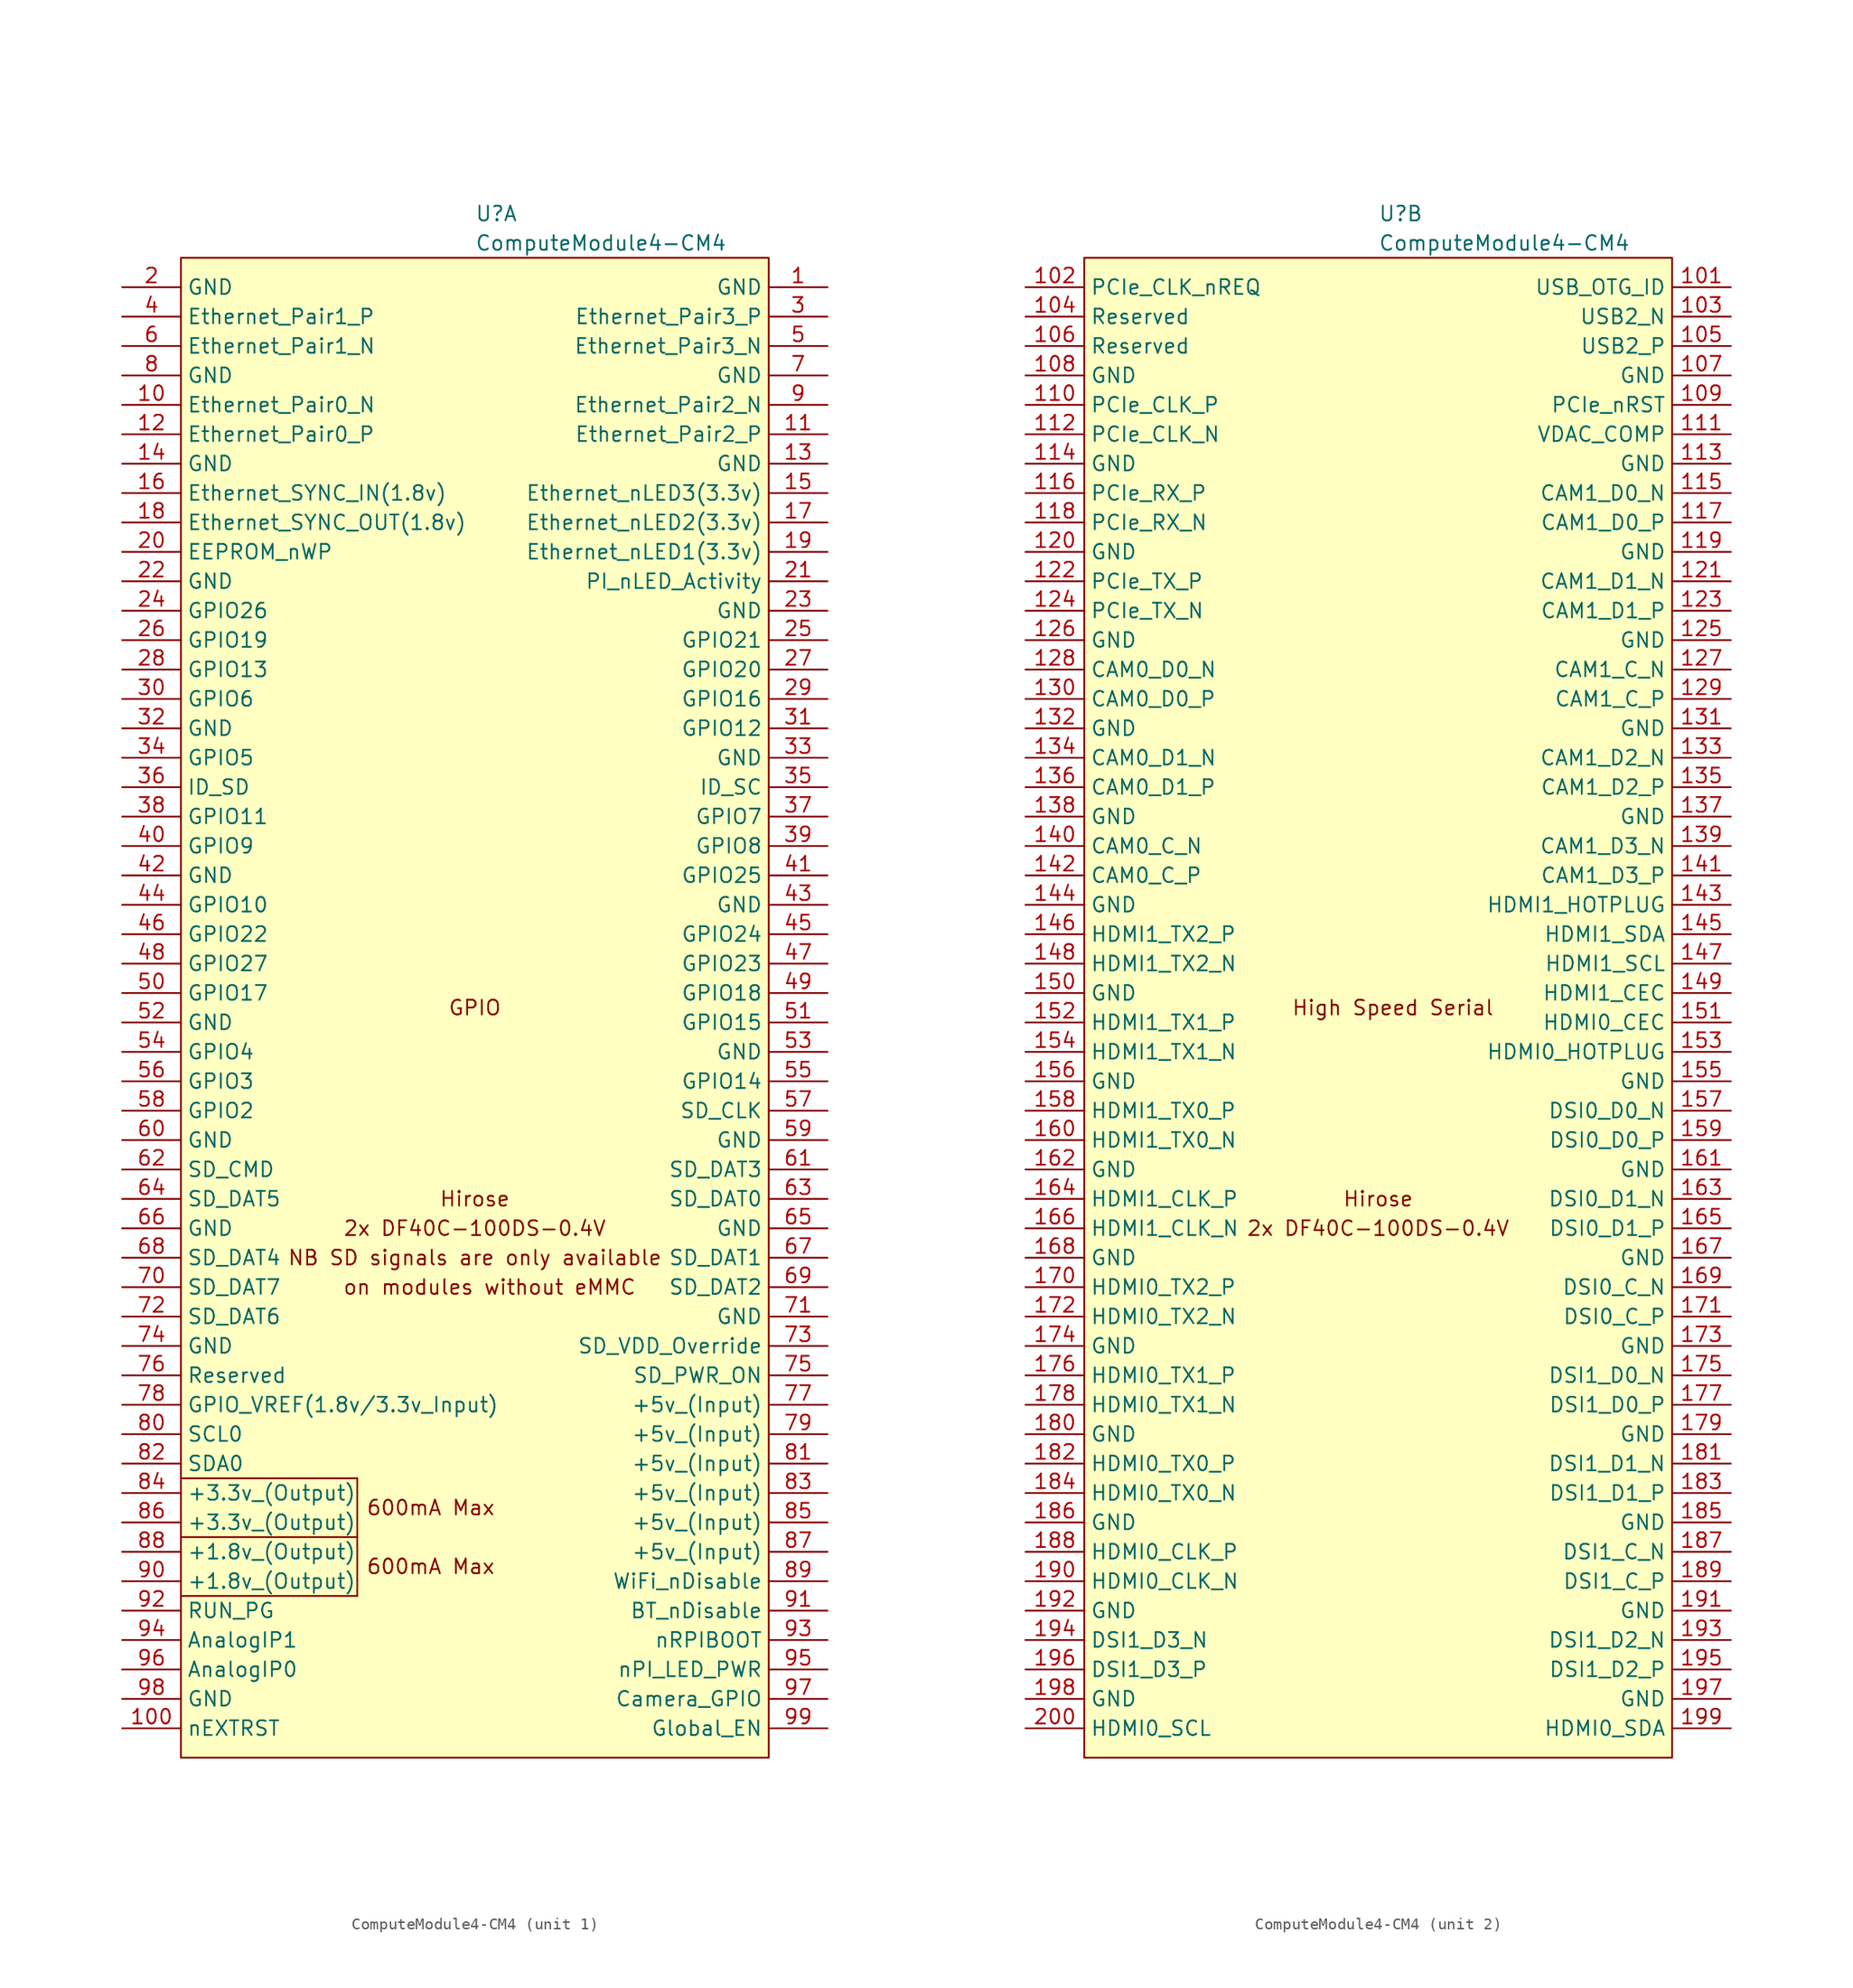
<source format=kicad_sym>
(kicad_symbol_lib
  (version 20220914)
  (generator kicad_symbol_editor)
  (symbol "ComputeModule4-CM4"
    (property "Reference" "U"
      (at 0 67.31 0)
      (effects (font (size 1.27 1.27)) (justify left)))
    (property "Value" "ComputeModule4-CM4"
      (at 0 64.77 0)
      (effects (font (size 1.27 1.27)) (justify left)))
    (symbol "ComputeModule4-CM4_0_0"
      (text "2x DF40C-100DS-0.4V" (at 0 -20.32 0) (effects (font (size 1.27 1.27)))))
    (symbol "ComputeModule4-CM4_0_1"
      (text "Hirose" (at 0 -17.78 0) (effects (font (size 1.27 1.27)))))
    (symbol "ComputeModule4-CM4_1_0"
      (text "GPIO" (at 0 -1.27 0) (effects (font (size 1.27 1.27)))))
    (symbol "ComputeModule4-CM4_1_1"
      (rectangle (start -25.4 63.5) (end 25.4 -66.04) (stroke (width 0) (type default)) (fill (type background)))
      (polyline (pts (xy -10.16 -52.07) (xy -25.4 -52.07)) (stroke (width 0) (type default)) (fill (type none)))
      (polyline (pts (xy -10.16 -46.99) (xy -25.4 -46.99)) (stroke (width 0) (type default)) (fill (type none)))
      (polyline (pts (xy -10.16 -46.99) (xy -10.16 -52.07)) (stroke (width 0) (type default)) (fill (type none)))
      (polyline (pts (xy -10.16 -41.91) (xy -25.4 -41.91)) (stroke (width 0) (type default)) (fill (type none)))
      (polyline (pts (xy -10.16 -41.91) (xy -10.16 -46.99)) (stroke (width 0) (type default)) (fill (type none)))
      (text "600mA Max" (at -3.81 -49.53 0) (effects (font (size 1.27 1.27))))
      (text "600mA Max" (at -3.81 -44.45 0) (effects (font (size 1.27 1.27))))
      (text "NB SD signals are only available" (at 0 -22.86 0) (effects (font (size 1.27 1.27))))
      (text "on modules without eMMC" (at 1.27 -25.4 0) (effects (font (size 1.27 1.27))))
      (pin power_in line (at 30.48 60.96 180) (length 5.08) (name "GND" (effects (font (size 1.27 1.27)))) (number "1" (effects (font (size 1.27 1.27)))))
      (pin passive line (at -30.48 50.8 0) (length 5.08) (name "Ethernet_Pair0_N" (effects (font (size 1.27 1.27)))) (number "10" (effects (font (size 1.27 1.27)))))
      (pin output line (at -30.48 -63.5 0) (length 5.08) (name "nEXTRST" (effects (font (size 1.27 1.27)))) (number "100" (effects (font (size 1.27 1.27)))))
      (pin passive line (at 30.48 48.26 180) (length 5.08) (name "Ethernet_Pair2_P" (effects (font (size 1.27 1.27)))) (number "11" (effects (font (size 1.27 1.27)))))
      (pin passive line (at -30.48 48.26 0) (length 5.08) (name "Ethernet_Pair0_P" (effects (font (size 1.27 1.27)))) (number "12" (effects (font (size 1.27 1.27)))))
      (pin power_in line (at 30.48 45.72 180) (length 5.08) (name "GND" (effects (font (size 1.27 1.27)))) (number "13" (effects (font (size 1.27 1.27)))))
      (pin power_in line (at -30.48 45.72 0) (length 5.08) (name "GND" (effects (font (size 1.27 1.27)))) (number "14" (effects (font (size 1.27 1.27)))))
      (pin output line (at 30.48 43.18 180) (length 5.08) (name "Ethernet_nLED3(3.3v)" (effects (font (size 1.27 1.27)))) (number "15" (effects (font (size 1.27 1.27)))))
      (pin input line (at -30.48 43.18 0) (length 5.08) (name "Ethernet_SYNC_IN(1.8v)" (effects (font (size 1.27 1.27)))) (number "16" (effects (font (size 1.27 1.27)))))
      (pin output line (at 30.48 40.64 180) (length 5.08) (name "Ethernet_nLED2(3.3v)" (effects (font (size 1.27 1.27)))) (number "17" (effects (font (size 1.27 1.27)))))
      (pin input line (at -30.48 40.64 0) (length 5.08) (name "Ethernet_SYNC_OUT(1.8v)" (effects (font (size 1.27 1.27)))) (number "18" (effects (font (size 1.27 1.27)))))
      (pin output line (at 30.48 38.1 180) (length 5.08) (name "Ethernet_nLED1(3.3v)" (effects (font (size 1.27 1.27)))) (number "19" (effects (font (size 1.27 1.27)))))
      (pin power_in line (at -30.48 60.96 0) (length 5.08) (name "GND" (effects (font (size 1.27 1.27)))) (number "2" (effects (font (size 1.27 1.27)))))
      (pin passive line (at -30.48 38.1 0) (length 5.08) (name "EEPROM_nWP" (effects (font (size 1.27 1.27)))) (number "20" (effects (font (size 1.27 1.27)))))
      (pin open_collector line (at 30.48 35.56 180) (length 5.08) (name "PI_nLED_Activity" (effects (font (size 1.27 1.27)))) (number "21" (effects (font (size 1.27 1.27)))))
      (pin power_in line (at -30.48 35.56 0) (length 5.08) (name "GND" (effects (font (size 1.27 1.27)))) (number "22" (effects (font (size 1.27 1.27)))))
      (pin power_in line (at 30.48 33.02 180) (length 5.08) (name "GND" (effects (font (size 1.27 1.27)))) (number "23" (effects (font (size 1.27 1.27)))))
      (pin passive line (at -30.48 33.02 0) (length 5.08) (name "GPIO26" (effects (font (size 1.27 1.27)))) (number "24" (effects (font (size 1.27 1.27)))))
      (pin passive line (at 30.48 30.48 180) (length 5.08) (name "GPIO21" (effects (font (size 1.27 1.27)))) (number "25" (effects (font (size 1.27 1.27)))))
      (pin passive line (at -30.48 30.48 0) (length 5.08) (name "GPIO19" (effects (font (size 1.27 1.27)))) (number "26" (effects (font (size 1.27 1.27)))))
      (pin passive line (at 30.48 27.94 180) (length 5.08) (name "GPIO20" (effects (font (size 1.27 1.27)))) (number "27" (effects (font (size 1.27 1.27)))))
      (pin passive line (at -30.48 27.94 0) (length 5.08) (name "GPIO13" (effects (font (size 1.27 1.27)))) (number "28" (effects (font (size 1.27 1.27)))))
      (pin passive line (at 30.48 25.4 180) (length 5.08) (name "GPIO16" (effects (font (size 1.27 1.27)))) (number "29" (effects (font (size 1.27 1.27)))))
      (pin passive line (at 30.48 58.42 180) (length 5.08) (name "Ethernet_Pair3_P" (effects (font (size 1.27 1.27)))) (number "3" (effects (font (size 1.27 1.27)))))
      (pin passive line (at -30.48 25.4 0) (length 5.08) (name "GPIO6" (effects (font (size 1.27 1.27)))) (number "30" (effects (font (size 1.27 1.27)))))
      (pin passive line (at 30.48 22.86 180) (length 5.08) (name "GPIO12" (effects (font (size 1.27 1.27)))) (number "31" (effects (font (size 1.27 1.27)))))
      (pin power_in line (at -30.48 22.86 0) (length 5.08) (name "GND" (effects (font (size 1.27 1.27)))) (number "32" (effects (font (size 1.27 1.27)))))
      (pin power_in line (at 30.48 20.32 180) (length 5.08) (name "GND" (effects (font (size 1.27 1.27)))) (number "33" (effects (font (size 1.27 1.27)))))
      (pin passive line (at -30.48 20.32 0) (length 5.08) (name "GPIO5" (effects (font (size 1.27 1.27)))) (number "34" (effects (font (size 1.27 1.27)))))
      (pin passive line (at 30.48 17.78 180) (length 5.08) (name "ID_SC" (effects (font (size 1.27 1.27)))) (number "35" (effects (font (size 1.27 1.27)))))
      (pin passive line (at -30.48 17.78 0) (length 5.08) (name "ID_SD" (effects (font (size 1.27 1.27)))) (number "36" (effects (font (size 1.27 1.27)))))
      (pin passive line (at 30.48 15.24 180) (length 5.08) (name "GPIO7" (effects (font (size 1.27 1.27)))) (number "37" (effects (font (size 1.27 1.27)))))
      (pin passive line (at -30.48 15.24 0) (length 5.08) (name "GPIO11" (effects (font (size 1.27 1.27)))) (number "38" (effects (font (size 1.27 1.27)))))
      (pin passive line (at 30.48 12.7 180) (length 5.08) (name "GPIO8" (effects (font (size 1.27 1.27)))) (number "39" (effects (font (size 1.27 1.27)))))
      (pin passive line (at -30.48 58.42 0) (length 5.08) (name "Ethernet_Pair1_P" (effects (font (size 1.27 1.27)))) (number "4" (effects (font (size 1.27 1.27)))))
      (pin passive line (at -30.48 12.7 0) (length 5.08) (name "GPIO9" (effects (font (size 1.27 1.27)))) (number "40" (effects (font (size 1.27 1.27)))))
      (pin passive line (at 30.48 10.16 180) (length 5.08) (name "GPIO25" (effects (font (size 1.27 1.27)))) (number "41" (effects (font (size 1.27 1.27)))))
      (pin power_in line (at -30.48 10.16 0) (length 5.08) (name "GND" (effects (font (size 1.27 1.27)))) (number "42" (effects (font (size 1.27 1.27)))))
      (pin power_in line (at 30.48 7.62 180) (length 5.08) (name "GND" (effects (font (size 1.27 1.27)))) (number "43" (effects (font (size 1.27 1.27)))))
      (pin passive line (at -30.48 7.62 0) (length 5.08) (name "GPIO10" (effects (font (size 1.27 1.27)))) (number "44" (effects (font (size 1.27 1.27)))))
      (pin passive line (at 30.48 5.08 180) (length 5.08) (name "GPIO24" (effects (font (size 1.27 1.27)))) (number "45" (effects (font (size 1.27 1.27)))))
      (pin passive line (at -30.48 5.08 0) (length 5.08) (name "GPIO22" (effects (font (size 1.27 1.27)))) (number "46" (effects (font (size 1.27 1.27)))))
      (pin passive line (at 30.48 2.54 180) (length 5.08) (name "GPIO23" (effects (font (size 1.27 1.27)))) (number "47" (effects (font (size 1.27 1.27)))))
      (pin passive line (at -30.48 2.54 0) (length 5.08) (name "GPIO27" (effects (font (size 1.27 1.27)))) (number "48" (effects (font (size 1.27 1.27)))))
      (pin passive line (at 30.48 0 180) (length 5.08) (name "GPIO18" (effects (font (size 1.27 1.27)))) (number "49" (effects (font (size 1.27 1.27)))))
      (pin passive line (at 30.48 55.88 180) (length 5.08) (name "Ethernet_Pair3_N" (effects (font (size 1.27 1.27)))) (number "5" (effects (font (size 1.27 1.27)))))
      (pin passive line (at -30.48 0 0) (length 5.08) (name "GPIO17" (effects (font (size 1.27 1.27)))) (number "50" (effects (font (size 1.27 1.27)))))
      (pin passive line (at 30.48 -2.54 180) (length 5.08) (name "GPIO15" (effects (font (size 1.27 1.27)))) (number "51" (effects (font (size 1.27 1.27)))))
      (pin power_in line (at -30.48 -2.54 0) (length 5.08) (name "GND" (effects (font (size 1.27 1.27)))) (number "52" (effects (font (size 1.27 1.27)))))
      (pin power_in line (at 30.48 -5.08 180) (length 5.08) (name "GND" (effects (font (size 1.27 1.27)))) (number "53" (effects (font (size 1.27 1.27)))))
      (pin passive line (at -30.48 -5.08 0) (length 5.08) (name "GPIO4" (effects (font (size 1.27 1.27)))) (number "54" (effects (font (size 1.27 1.27)))))
      (pin passive line (at 30.48 -7.62 180) (length 5.08) (name "GPIO14" (effects (font (size 1.27 1.27)))) (number "55" (effects (font (size 1.27 1.27)))))
      (pin passive line (at -30.48 -7.62 0) (length 5.08) (name "GPIO3" (effects (font (size 1.27 1.27)))) (number "56" (effects (font (size 1.27 1.27)))))
      (pin passive line (at 30.48 -10.16 180) (length 5.08) (name "SD_CLK" (effects (font (size 1.27 1.27)))) (number "57" (effects (font (size 1.27 1.27)))))
      (pin passive line (at -30.48 -10.16 0) (length 5.08) (name "GPIO2" (effects (font (size 1.27 1.27)))) (number "58" (effects (font (size 1.27 1.27)))))
      (pin power_in line (at 30.48 -12.7 180) (length 5.08) (name "GND" (effects (font (size 1.27 1.27)))) (number "59" (effects (font (size 1.27 1.27)))))
      (pin passive line (at -30.48 55.88 0) (length 5.08) (name "Ethernet_Pair1_N" (effects (font (size 1.27 1.27)))) (number "6" (effects (font (size 1.27 1.27)))))
      (pin power_in line (at -30.48 -12.7 0) (length 5.08) (name "GND" (effects (font (size 1.27 1.27)))) (number "60" (effects (font (size 1.27 1.27)))))
      (pin passive line (at 30.48 -15.24 180) (length 5.08) (name "SD_DAT3" (effects (font (size 1.27 1.27)))) (number "61" (effects (font (size 1.27 1.27)))))
      (pin passive line (at -30.48 -15.24 0) (length 5.08) (name "SD_CMD" (effects (font (size 1.27 1.27)))) (number "62" (effects (font (size 1.27 1.27)))))
      (pin passive line (at 30.48 -17.78 180) (length 5.08) (name "SD_DAT0" (effects (font (size 1.27 1.27)))) (number "63" (effects (font (size 1.27 1.27)))))
      (pin passive line (at -30.48 -17.78 0) (length 5.08) (name "SD_DAT5" (effects (font (size 1.27 1.27)))) (number "64" (effects (font (size 1.27 1.27)))))
      (pin power_in line (at 30.48 -20.32 180) (length 5.08) (name "GND" (effects (font (size 1.27 1.27)))) (number "65" (effects (font (size 1.27 1.27)))))
      (pin power_in line (at -30.48 -20.32 0) (length 5.08) (name "GND" (effects (font (size 1.27 1.27)))) (number "66" (effects (font (size 1.27 1.27)))))
      (pin passive line (at 30.48 -22.86 180) (length 5.08) (name "SD_DAT1" (effects (font (size 1.27 1.27)))) (number "67" (effects (font (size 1.27 1.27)))))
      (pin passive line (at -30.48 -22.86 0) (length 5.08) (name "SD_DAT4" (effects (font (size 1.27 1.27)))) (number "68" (effects (font (size 1.27 1.27)))))
      (pin passive line (at 30.48 -25.4 180) (length 5.08) (name "SD_DAT2" (effects (font (size 1.27 1.27)))) (number "69" (effects (font (size 1.27 1.27)))))
      (pin power_in line (at 30.48 53.34 180) (length 5.08) (name "GND" (effects (font (size 1.27 1.27)))) (number "7" (effects (font (size 1.27 1.27)))))
      (pin passive line (at -30.48 -25.4 0) (length 5.08) (name "SD_DAT7" (effects (font (size 1.27 1.27)))) (number "70" (effects (font (size 1.27 1.27)))))
      (pin power_in line (at 30.48 -27.94 180) (length 5.08) (name "GND" (effects (font (size 1.27 1.27)))) (number "71" (effects (font (size 1.27 1.27)))))
      (pin passive line (at -30.48 -27.94 0) (length 5.08) (name "SD_DAT6" (effects (font (size 1.27 1.27)))) (number "72" (effects (font (size 1.27 1.27)))))
      (pin input line (at 30.48 -30.48 180) (length 5.08) (name "SD_VDD_Override" (effects (font (size 1.27 1.27)))) (number "73" (effects (font (size 1.27 1.27)))))
      (pin power_in line (at -30.48 -30.48 0) (length 5.08) (name "GND" (effects (font (size 1.27 1.27)))) (number "74" (effects (font (size 1.27 1.27)))))
      (pin output line (at 30.48 -33.02 180) (length 5.08) (name "SD_PWR_ON" (effects (font (size 1.27 1.27)))) (number "75" (effects (font (size 1.27 1.27)))))
      (pin passive line (at -30.48 -33.02 0) (length 5.08) (name "Reserved" (effects (font (size 1.27 1.27)))) (number "76" (effects (font (size 1.27 1.27)))))
      (pin power_in line (at 30.48 -35.56 180) (length 5.08) (name "+5v_(Input)" (effects (font (size 1.27 1.27)))) (number "77" (effects (font (size 1.27 1.27)))))
      (pin power_in line (at -30.48 -35.56 0) (length 5.08) (name "GPIO_VREF(1.8v/3.3v_Input)" (effects (font (size 1.27 1.27)))) (number "78" (effects (font (size 1.27 1.27)))))
      (pin power_in line (at 30.48 -38.1 180) (length 5.08) (name "+5v_(Input)" (effects (font (size 1.27 1.27)))) (number "79" (effects (font (size 1.27 1.27)))))
      (pin power_in line (at -30.48 53.34 0) (length 5.08) (name "GND" (effects (font (size 1.27 1.27)))) (number "8" (effects (font (size 1.27 1.27)))))
      (pin passive line (at -30.48 -38.1 0) (length 5.08) (name "SCL0" (effects (font (size 1.27 1.27)))) (number "80" (effects (font (size 1.27 1.27)))))
      (pin power_in line (at 30.48 -40.64 180) (length 5.08) (name "+5v_(Input)" (effects (font (size 1.27 1.27)))) (number "81" (effects (font (size 1.27 1.27)))))
      (pin passive line (at -30.48 -40.64 0) (length 5.08) (name "SDA0" (effects (font (size 1.27 1.27)))) (number "82" (effects (font (size 1.27 1.27)))))
      (pin power_in line (at 30.48 -43.18 180) (length 5.08) (name "+5v_(Input)" (effects (font (size 1.27 1.27)))) (number "83" (effects (font (size 1.27 1.27)))))
      (pin power_out line (at -30.48 -43.18 0) (length 5.08) (name "+3.3v_(Output)" (effects (font (size 1.27 1.27)))) (number "84" (effects (font (size 1.27 1.27)))))
      (pin power_in line (at 30.48 -45.72 180) (length 5.08) (name "+5v_(Input)" (effects (font (size 1.27 1.27)))) (number "85" (effects (font (size 1.27 1.27)))))
      (pin power_out line (at -30.48 -45.72 0) (length 5.08) (name "+3.3v_(Output)" (effects (font (size 1.27 1.27)))) (number "86" (effects (font (size 1.27 1.27)))))
      (pin power_in line (at 30.48 -48.26 180) (length 5.08) (name "+5v_(Input)" (effects (font (size 1.27 1.27)))) (number "87" (effects (font (size 1.27 1.27)))))
      (pin power_out line (at -30.48 -48.26 0) (length 5.08) (name "+1.8v_(Output)" (effects (font (size 1.27 1.27)))) (number "88" (effects (font (size 1.27 1.27)))))
      (pin power_in line (at 30.48 -50.8 180) (length 5.08) (name "WiFi_nDisable" (effects (font (size 1.27 1.27)))) (number "89" (effects (font (size 1.27 1.27)))))
      (pin passive line (at 30.48 50.8 180) (length 5.08) (name "Ethernet_Pair2_N" (effects (font (size 1.27 1.27)))) (number "9" (effects (font (size 1.27 1.27)))))
      (pin power_out line (at -30.48 -50.8 0) (length 5.08) (name "+1.8v_(Output)" (effects (font (size 1.27 1.27)))) (number "90" (effects (font (size 1.27 1.27)))))
      (pin power_in line (at 30.48 -53.34 180) (length 5.08) (name "BT_nDisable" (effects (font (size 1.27 1.27)))) (number "91" (effects (font (size 1.27 1.27)))))
      (pin passive line (at -30.48 -53.34 0) (length 5.08) (name "RUN_PG" (effects (font (size 1.27 1.27)))) (number "92" (effects (font (size 1.27 1.27)))))
      (pin input line (at 30.48 -55.88 180) (length 5.08) (name "nRPIBOOT" (effects (font (size 1.27 1.27)))) (number "93" (effects (font (size 1.27 1.27)))))
      (pin passive line (at -30.48 -55.88 0) (length 5.08) (name "AnalogIP1" (effects (font (size 1.27 1.27)))) (number "94" (effects (font (size 1.27 1.27)))))
      (pin output line (at 30.48 -58.42 180) (length 5.08) (name "nPI_LED_PWR" (effects (font (size 1.27 1.27)))) (number "95" (effects (font (size 1.27 1.27)))))
      (pin passive line (at -30.48 -58.42 0) (length 5.08) (name "AnalogIP0" (effects (font (size 1.27 1.27)))) (number "96" (effects (font (size 1.27 1.27)))))
      (pin passive line (at 30.48 -60.96 180) (length 5.08) (name "Camera_GPIO" (effects (font (size 1.27 1.27)))) (number "97" (effects (font (size 1.27 1.27)))))
      (pin power_in line (at -30.48 -60.96 0) (length 5.08) (name "GND" (effects (font (size 1.27 1.27)))) (number "98" (effects (font (size 1.27 1.27)))))
      (pin input line (at 30.48 -63.5 180) (length 5.08) (name "Global_EN" (effects (font (size 1.27 1.27)))) (number "99" (effects (font (size 1.27 1.27))))))
    (symbol "ComputeModule4-CM4_2_1"
      (rectangle (start -25.4 63.5) (end 25.4 -66.04) (stroke (width 0) (type default)) (fill (type background)))
      (text "High Speed Serial" (at 1.27 -1.27 0) (effects (font (size 1.27 1.27))))
      (pin input line (at 30.48 60.96 180) (length 5.08) (name "USB_OTG_ID" (effects (font (size 1.27 1.27)))) (number "101" (effects (font (size 1.27 1.27)))))
      (pin input line (at -30.48 60.96 0) (length 5.08) (name "PCIe_CLK_nREQ" (effects (font (size 1.27 1.27)))) (number "102" (effects (font (size 1.27 1.27)))))
      (pin passive line (at 30.48 58.42 180) (length 5.08) (name "USB2_N" (effects (font (size 1.27 1.27)))) (number "103" (effects (font (size 1.27 1.27)))))
      (pin passive line (at -30.48 58.42 0) (length 5.08) (name "Reserved" (effects (font (size 1.27 1.27)))) (number "104" (effects (font (size 1.27 1.27)))))
      (pin passive line (at 30.48 55.88 180) (length 5.08) (name "USB2_P" (effects (font (size 1.27 1.27)))) (number "105" (effects (font (size 1.27 1.27)))))
      (pin passive line (at -30.48 55.88 0) (length 5.08) (name "Reserved" (effects (font (size 1.27 1.27)))) (number "106" (effects (font (size 1.27 1.27)))))
      (pin power_in line (at 30.48 53.34 180) (length 5.08) (name "GND" (effects (font (size 1.27 1.27)))) (number "107" (effects (font (size 1.27 1.27)))))
      (pin power_in line (at -30.48 53.34 0) (length 5.08) (name "GND" (effects (font (size 1.27 1.27)))) (number "108" (effects (font (size 1.27 1.27)))))
      (pin bidirectional line (at 30.48 50.8 180) (length 5.08) (name "PCIe_nRST" (effects (font (size 1.27 1.27)))) (number "109" (effects (font (size 1.27 1.27)))))
      (pin output line (at -30.48 50.8 0) (length 5.08) (name "PCIe_CLK_P" (effects (font (size 1.27 1.27)))) (number "110" (effects (font (size 1.27 1.27)))))
      (pin passive line (at 30.48 48.26 180) (length 5.08) (name "VDAC_COMP" (effects (font (size 1.27 1.27)))) (number "111" (effects (font (size 1.27 1.27)))))
      (pin output line (at -30.48 48.26 0) (length 5.08) (name "PCIe_CLK_N" (effects (font (size 1.27 1.27)))) (number "112" (effects (font (size 1.27 1.27)))))
      (pin power_in line (at 30.48 45.72 180) (length 5.08) (name "GND" (effects (font (size 1.27 1.27)))) (number "113" (effects (font (size 1.27 1.27)))))
      (pin power_in line (at -30.48 45.72 0) (length 5.08) (name "GND" (effects (font (size 1.27 1.27)))) (number "114" (effects (font (size 1.27 1.27)))))
      (pin input line (at 30.48 43.18 180) (length 5.08) (name "CAM1_D0_N" (effects (font (size 1.27 1.27)))) (number "115" (effects (font (size 1.27 1.27)))))
      (pin input line (at -30.48 43.18 0) (length 5.08) (name "PCIe_RX_P" (effects (font (size 1.27 1.27)))) (number "116" (effects (font (size 1.27 1.27)))))
      (pin input line (at 30.48 40.64 180) (length 5.08) (name "CAM1_D0_P" (effects (font (size 1.27 1.27)))) (number "117" (effects (font (size 1.27 1.27)))))
      (pin input line (at -30.48 40.64 0) (length 5.08) (name "PCIe_RX_N" (effects (font (size 1.27 1.27)))) (number "118" (effects (font (size 1.27 1.27)))))
      (pin power_in line (at 30.48 38.1 180) (length 5.08) (name "GND" (effects (font (size 1.27 1.27)))) (number "119" (effects (font (size 1.27 1.27)))))
      (pin power_in line (at -30.48 38.1 0) (length 5.08) (name "GND" (effects (font (size 1.27 1.27)))) (number "120" (effects (font (size 1.27 1.27)))))
      (pin input line (at 30.48 35.56 180) (length 5.08) (name "CAM1_D1_N" (effects (font (size 1.27 1.27)))) (number "121" (effects (font (size 1.27 1.27)))))
      (pin output line (at -30.48 35.56 0) (length 5.08) (name "PCIe_TX_P" (effects (font (size 1.27 1.27)))) (number "122" (effects (font (size 1.27 1.27)))))
      (pin input line (at 30.48 33.02 180) (length 5.08) (name "CAM1_D1_P" (effects (font (size 1.27 1.27)))) (number "123" (effects (font (size 1.27 1.27)))))
      (pin output line (at -30.48 33.02 0) (length 5.08) (name "PCIe_TX_N" (effects (font (size 1.27 1.27)))) (number "124" (effects (font (size 1.27 1.27)))))
      (pin power_in line (at 30.48 30.48 180) (length 5.08) (name "GND" (effects (font (size 1.27 1.27)))) (number "125" (effects (font (size 1.27 1.27)))))
      (pin power_in line (at -30.48 30.48 0) (length 5.08) (name "GND" (effects (font (size 1.27 1.27)))) (number "126" (effects (font (size 1.27 1.27)))))
      (pin input line (at 30.48 27.94 180) (length 5.08) (name "CAM1_C_N" (effects (font (size 1.27 1.27)))) (number "127" (effects (font (size 1.27 1.27)))))
      (pin input line (at -30.48 27.94 0) (length 5.08) (name "CAM0_D0_N" (effects (font (size 1.27 1.27)))) (number "128" (effects (font (size 1.27 1.27)))))
      (pin input line (at 30.48 25.4 180) (length 5.08) (name "CAM1_C_P" (effects (font (size 1.27 1.27)))) (number "129" (effects (font (size 1.27 1.27)))))
      (pin input line (at -30.48 25.4 0) (length 5.08) (name "CAM0_D0_P" (effects (font (size 1.27 1.27)))) (number "130" (effects (font (size 1.27 1.27)))))
      (pin power_in line (at 30.48 22.86 180) (length 5.08) (name "GND" (effects (font (size 1.27 1.27)))) (number "131" (effects (font (size 1.27 1.27)))))
      (pin power_in line (at -30.48 22.86 0) (length 5.08) (name "GND" (effects (font (size 1.27 1.27)))) (number "132" (effects (font (size 1.27 1.27)))))
      (pin input line (at 30.48 20.32 180) (length 5.08) (name "CAM1_D2_N" (effects (font (size 1.27 1.27)))) (number "133" (effects (font (size 1.27 1.27)))))
      (pin input line (at -30.48 20.32 0) (length 5.08) (name "CAM0_D1_N" (effects (font (size 1.27 1.27)))) (number "134" (effects (font (size 1.27 1.27)))))
      (pin input line (at 30.48 17.78 180) (length 5.08) (name "CAM1_D2_P" (effects (font (size 1.27 1.27)))) (number "135" (effects (font (size 1.27 1.27)))))
      (pin input line (at -30.48 17.78 0) (length 5.08) (name "CAM0_D1_P" (effects (font (size 1.27 1.27)))) (number "136" (effects (font (size 1.27 1.27)))))
      (pin power_in line (at 30.48 15.24 180) (length 5.08) (name "GND" (effects (font (size 1.27 1.27)))) (number "137" (effects (font (size 1.27 1.27)))))
      (pin power_in line (at -30.48 15.24 0) (length 5.08) (name "GND" (effects (font (size 1.27 1.27)))) (number "138" (effects (font (size 1.27 1.27)))))
      (pin input line (at 30.48 12.7 180) (length 5.08) (name "CAM1_D3_N" (effects (font (size 1.27 1.27)))) (number "139" (effects (font (size 1.27 1.27)))))
      (pin input line (at -30.48 12.7 0) (length 5.08) (name "CAM0_C_N" (effects (font (size 1.27 1.27)))) (number "140" (effects (font (size 1.27 1.27)))))
      (pin input line (at 30.48 10.16 180) (length 5.08) (name "CAM1_D3_P" (effects (font (size 1.27 1.27)))) (number "141" (effects (font (size 1.27 1.27)))))
      (pin input line (at -30.48 10.16 0) (length 5.08) (name "CAM0_C_P" (effects (font (size 1.27 1.27)))) (number "142" (effects (font (size 1.27 1.27)))))
      (pin input line (at 30.48 7.62 180) (length 5.08) (name "HDMI1_HOTPLUG" (effects (font (size 1.27 1.27)))) (number "143" (effects (font (size 1.27 1.27)))))
      (pin power_in line (at -30.48 7.62 0) (length 5.08) (name "GND" (effects (font (size 1.27 1.27)))) (number "144" (effects (font (size 1.27 1.27)))))
      (pin bidirectional line (at 30.48 5.08 180) (length 5.08) (name "HDMI1_SDA" (effects (font (size 1.27 1.27)))) (number "145" (effects (font (size 1.27 1.27)))))
      (pin output line (at -30.48 5.08 0) (length 5.08) (name "HDMI1_TX2_P" (effects (font (size 1.27 1.27)))) (number "146" (effects (font (size 1.27 1.27)))))
      (pin open_collector line (at 30.48 2.54 180) (length 5.08) (name "HDMI1_SCL" (effects (font (size 1.27 1.27)))) (number "147" (effects (font (size 1.27 1.27)))))
      (pin output line (at -30.48 2.54 0) (length 5.08) (name "HDMI1_TX2_N" (effects (font (size 1.27 1.27)))) (number "148" (effects (font (size 1.27 1.27)))))
      (pin open_collector line (at 30.48 0 180) (length 5.08) (name "HDMI1_CEC" (effects (font (size 1.27 1.27)))) (number "149" (effects (font (size 1.27 1.27)))))
      (pin power_in line (at -30.48 0 0) (length 5.08) (name "GND" (effects (font (size 1.27 1.27)))) (number "150" (effects (font (size 1.27 1.27)))))
      (pin open_collector line (at 30.48 -2.54 180) (length 5.08) (name "HDMI0_CEC" (effects (font (size 1.27 1.27)))) (number "151" (effects (font (size 1.27 1.27)))))
      (pin output line (at -30.48 -2.54 0) (length 5.08) (name "HDMI1_TX1_P" (effects (font (size 1.27 1.27)))) (number "152" (effects (font (size 1.27 1.27)))))
      (pin input line (at 30.48 -5.08 180) (length 5.08) (name "HDMI0_HOTPLUG" (effects (font (size 1.27 1.27)))) (number "153" (effects (font (size 1.27 1.27)))))
      (pin output line (at -30.48 -5.08 0) (length 5.08) (name "HDMI1_TX1_N" (effects (font (size 1.27 1.27)))) (number "154" (effects (font (size 1.27 1.27)))))
      (pin power_in line (at 30.48 -7.62 180) (length 5.08) (name "GND" (effects (font (size 1.27 1.27)))) (number "155" (effects (font (size 1.27 1.27)))))
      (pin power_in line (at -30.48 -7.62 0) (length 5.08) (name "GND" (effects (font (size 1.27 1.27)))) (number "156" (effects (font (size 1.27 1.27)))))
      (pin output line (at 30.48 -10.16 180) (length 5.08) (name "DSI0_D0_N" (effects (font (size 1.27 1.27)))) (number "157" (effects (font (size 1.27 1.27)))))
      (pin output line (at -30.48 -10.16 0) (length 5.08) (name "HDMI1_TX0_P" (effects (font (size 1.27 1.27)))) (number "158" (effects (font (size 1.27 1.27)))))
      (pin output line (at 30.48 -12.7 180) (length 5.08) (name "DSI0_D0_P" (effects (font (size 1.27 1.27)))) (number "159" (effects (font (size 1.27 1.27)))))
      (pin output line (at -30.48 -12.7 0) (length 5.08) (name "HDMI1_TX0_N" (effects (font (size 1.27 1.27)))) (number "160" (effects (font (size 1.27 1.27)))))
      (pin power_in line (at 30.48 -15.24 180) (length 5.08) (name "GND" (effects (font (size 1.27 1.27)))) (number "161" (effects (font (size 1.27 1.27)))))
      (pin power_in line (at -30.48 -15.24 0) (length 5.08) (name "GND" (effects (font (size 1.27 1.27)))) (number "162" (effects (font (size 1.27 1.27)))))
      (pin output line (at 30.48 -17.78 180) (length 5.08) (name "DSI0_D1_N" (effects (font (size 1.27 1.27)))) (number "163" (effects (font (size 1.27 1.27)))))
      (pin output line (at -30.48 -17.78 0) (length 5.08) (name "HDMI1_CLK_P" (effects (font (size 1.27 1.27)))) (number "164" (effects (font (size 1.27 1.27)))))
      (pin output line (at 30.48 -20.32 180) (length 5.08) (name "DSI0_D1_P" (effects (font (size 1.27 1.27)))) (number "165" (effects (font (size 1.27 1.27)))))
      (pin output line (at -30.48 -20.32 0) (length 5.08) (name "HDMI1_CLK_N" (effects (font (size 1.27 1.27)))) (number "166" (effects (font (size 1.27 1.27)))))
      (pin power_in line (at 30.48 -22.86 180) (length 5.08) (name "GND" (effects (font (size 1.27 1.27)))) (number "167" (effects (font (size 1.27 1.27)))))
      (pin power_in line (at -30.48 -22.86 0) (length 5.08) (name "GND" (effects (font (size 1.27 1.27)))) (number "168" (effects (font (size 1.27 1.27)))))
      (pin output line (at 30.48 -25.4 180) (length 5.08) (name "DSI0_C_N" (effects (font (size 1.27 1.27)))) (number "169" (effects (font (size 1.27 1.27)))))
      (pin output line (at -30.48 -25.4 0) (length 5.08) (name "HDMI0_TX2_P" (effects (font (size 1.27 1.27)))) (number "170" (effects (font (size 1.27 1.27)))))
      (pin output line (at 30.48 -27.94 180) (length 5.08) (name "DSI0_C_P" (effects (font (size 1.27 1.27)))) (number "171" (effects (font (size 1.27 1.27)))))
      (pin output line (at -30.48 -27.94 0) (length 5.08) (name "HDMI0_TX2_N" (effects (font (size 1.27 1.27)))) (number "172" (effects (font (size 1.27 1.27)))))
      (pin power_in line (at 30.48 -30.48 180) (length 5.08) (name "GND" (effects (font (size 1.27 1.27)))) (number "173" (effects (font (size 1.27 1.27)))))
      (pin power_in line (at -30.48 -30.48 0) (length 5.08) (name "GND" (effects (font (size 1.27 1.27)))) (number "174" (effects (font (size 1.27 1.27)))))
      (pin output line (at 30.48 -33.02 180) (length 5.08) (name "DSI1_D0_N" (effects (font (size 1.27 1.27)))) (number "175" (effects (font (size 1.27 1.27)))))
      (pin output line (at -30.48 -33.02 0) (length 5.08) (name "HDMI0_TX1_P" (effects (font (size 1.27 1.27)))) (number "176" (effects (font (size 1.27 1.27)))))
      (pin output line (at 30.48 -35.56 180) (length 5.08) (name "DSI1_D0_P" (effects (font (size 1.27 1.27)))) (number "177" (effects (font (size 1.27 1.27)))))
      (pin output line (at -30.48 -35.56 0) (length 5.08) (name "HDMI0_TX1_N" (effects (font (size 1.27 1.27)))) (number "178" (effects (font (size 1.27 1.27)))))
      (pin power_in line (at 30.48 -38.1 180) (length 5.08) (name "GND" (effects (font (size 1.27 1.27)))) (number "179" (effects (font (size 1.27 1.27)))))
      (pin power_in line (at -30.48 -38.1 0) (length 5.08) (name "GND" (effects (font (size 1.27 1.27)))) (number "180" (effects (font (size 1.27 1.27)))))
      (pin output line (at 30.48 -40.64 180) (length 5.08) (name "DSI1_D1_N" (effects (font (size 1.27 1.27)))) (number "181" (effects (font (size 1.27 1.27)))))
      (pin output line (at -30.48 -40.64 0) (length 5.08) (name "HDMI0_TX0_P" (effects (font (size 1.27 1.27)))) (number "182" (effects (font (size 1.27 1.27)))))
      (pin output line (at 30.48 -43.18 180) (length 5.08) (name "DSI1_D1_P" (effects (font (size 1.27 1.27)))) (number "183" (effects (font (size 1.27 1.27)))))
      (pin output line (at -30.48 -43.18 0) (length 5.08) (name "HDMI0_TX0_N" (effects (font (size 1.27 1.27)))) (number "184" (effects (font (size 1.27 1.27)))))
      (pin power_in line (at 30.48 -45.72 180) (length 5.08) (name "GND" (effects (font (size 1.27 1.27)))) (number "185" (effects (font (size 1.27 1.27)))))
      (pin power_in line (at -30.48 -45.72 0) (length 5.08) (name "GND" (effects (font (size 1.27 1.27)))) (number "186" (effects (font (size 1.27 1.27)))))
      (pin output line (at 30.48 -48.26 180) (length 5.08) (name "DSI1_C_N" (effects (font (size 1.27 1.27)))) (number "187" (effects (font (size 1.27 1.27)))))
      (pin output line (at -30.48 -48.26 0) (length 5.08) (name "HDMI0_CLK_P" (effects (font (size 1.27 1.27)))) (number "188" (effects (font (size 1.27 1.27)))))
      (pin output line (at 30.48 -50.8 180) (length 5.08) (name "DSI1_C_P" (effects (font (size 1.27 1.27)))) (number "189" (effects (font (size 1.27 1.27)))))
      (pin output line (at -30.48 -50.8 0) (length 5.08) (name "HDMI0_CLK_N" (effects (font (size 1.27 1.27)))) (number "190" (effects (font (size 1.27 1.27)))))
      (pin power_in line (at 30.48 -53.34 180) (length 5.08) (name "GND" (effects (font (size 1.27 1.27)))) (number "191" (effects (font (size 1.27 1.27)))))
      (pin power_in line (at -30.48 -53.34 0) (length 5.08) (name "GND" (effects (font (size 1.27 1.27)))) (number "192" (effects (font (size 1.27 1.27)))))
      (pin output line (at 30.48 -55.88 180) (length 5.08) (name "DSI1_D2_N" (effects (font (size 1.27 1.27)))) (number "193" (effects (font (size 1.27 1.27)))))
      (pin output line (at -30.48 -55.88 0) (length 5.08) (name "DSI1_D3_N" (effects (font (size 1.27 1.27)))) (number "194" (effects (font (size 1.27 1.27)))))
      (pin output line (at 30.48 -58.42 180) (length 5.08) (name "DSI1_D2_P" (effects (font (size 1.27 1.27)))) (number "195" (effects (font (size 1.27 1.27)))))
      (pin output line (at -30.48 -58.42 0) (length 5.08) (name "DSI1_D3_P" (effects (font (size 1.27 1.27)))) (number "196" (effects (font (size 1.27 1.27)))))
      (pin power_in line (at 30.48 -60.96 180) (length 5.08) (name "GND" (effects (font (size 1.27 1.27)))) (number "197" (effects (font (size 1.27 1.27)))))
      (pin power_in line (at -30.48 -60.96 0) (length 5.08) (name "GND" (effects (font (size 1.27 1.27)))) (number "198" (effects (font (size 1.27 1.27)))))
      (pin bidirectional line (at 30.48 -63.5 180) (length 5.08) (name "HDMI0_SDA" (effects (font (size 1.27 1.27)))) (number "199" (effects (font (size 1.27 1.27)))))
      (pin open_collector line (at -30.48 -63.5 0) (length 5.08) (name "HDMI0_SCL" (effects (font (size 1.27 1.27)))) (number "200" (effects (font (size 1.27 1.27))))))))
</source>
